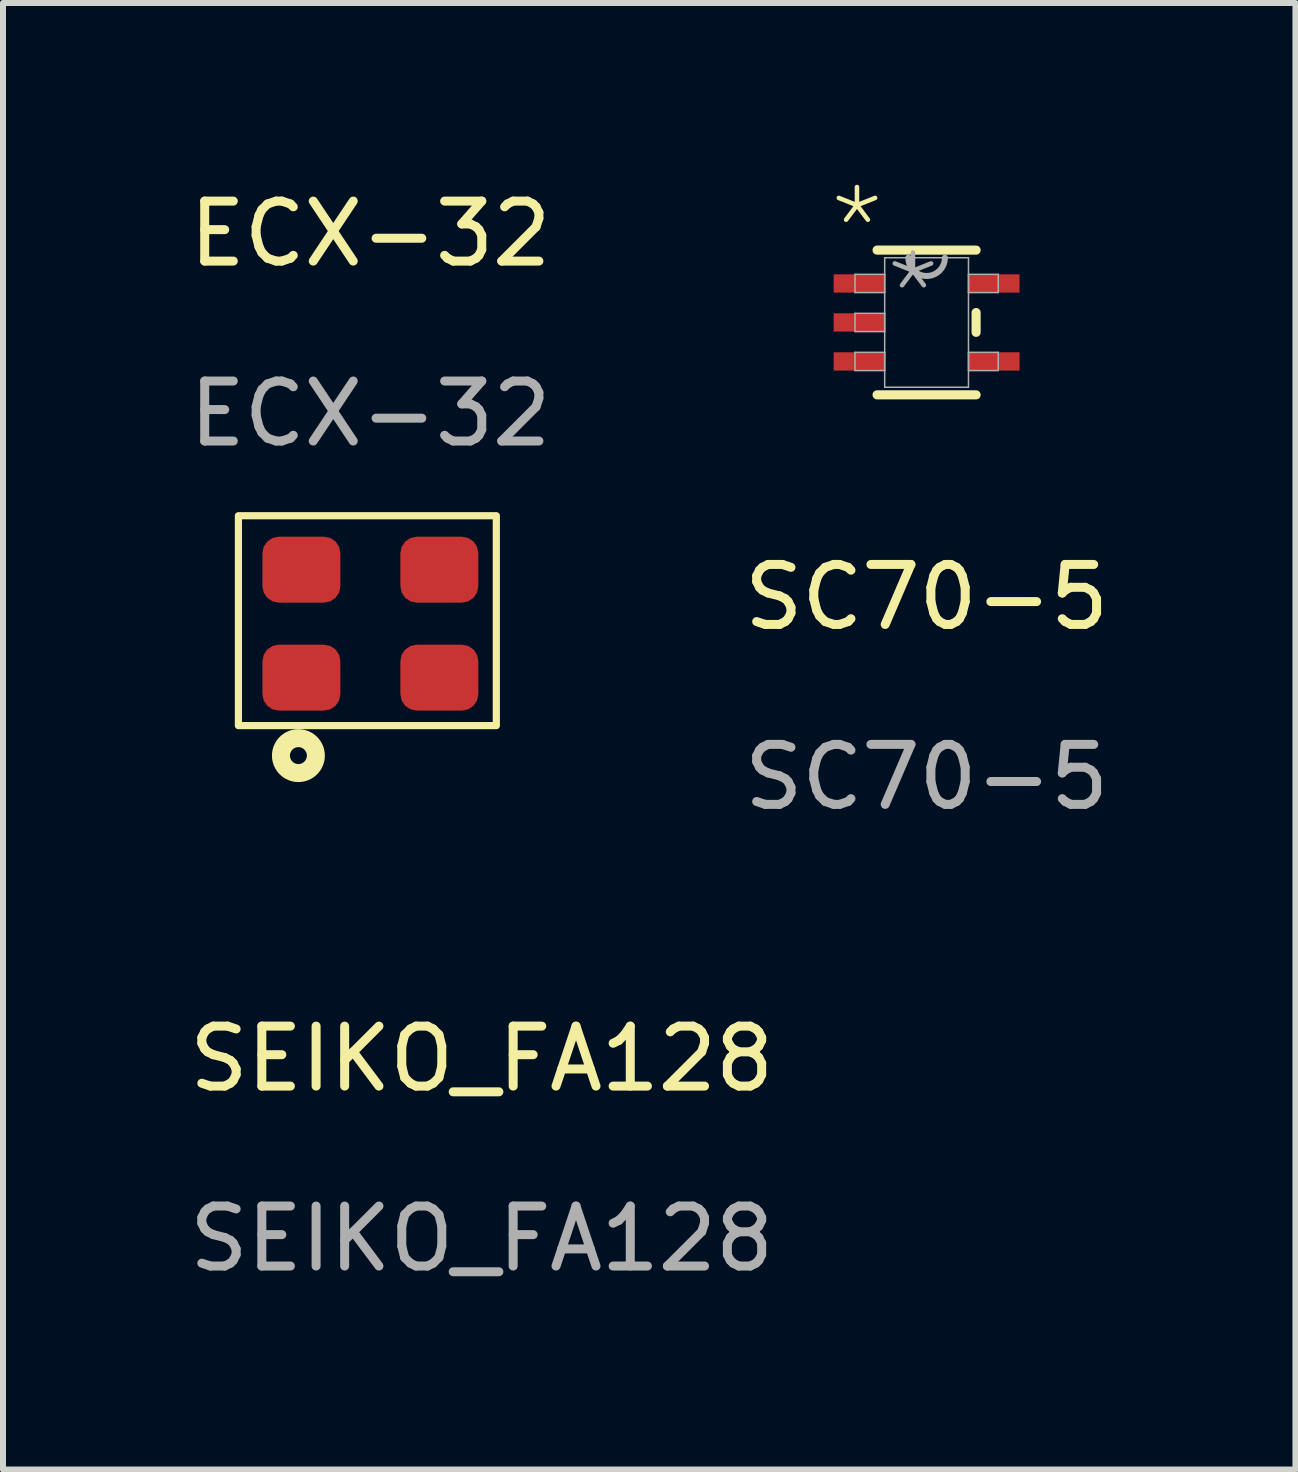
<source format=kicad_pcb>
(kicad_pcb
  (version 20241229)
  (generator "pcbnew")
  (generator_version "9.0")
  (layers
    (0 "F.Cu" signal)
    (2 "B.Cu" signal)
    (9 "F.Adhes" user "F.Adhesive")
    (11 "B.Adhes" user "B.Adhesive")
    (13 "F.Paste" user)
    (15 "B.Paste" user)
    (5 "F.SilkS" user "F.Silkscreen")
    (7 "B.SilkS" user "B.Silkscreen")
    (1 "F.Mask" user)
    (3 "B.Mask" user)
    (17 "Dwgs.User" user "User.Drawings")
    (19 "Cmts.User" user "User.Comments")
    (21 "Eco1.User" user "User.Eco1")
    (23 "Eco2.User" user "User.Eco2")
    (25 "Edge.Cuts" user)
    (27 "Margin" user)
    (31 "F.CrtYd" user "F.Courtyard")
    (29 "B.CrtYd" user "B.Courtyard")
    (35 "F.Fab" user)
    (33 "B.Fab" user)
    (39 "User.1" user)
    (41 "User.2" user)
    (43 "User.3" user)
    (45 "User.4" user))
  (footprint "ECX-32"
    (layer "F.Cu")
    (at 3.125 7.348)
    (property "Reference" "ECX-32" (at 0 -6.5 0) (unlocked yes) (layer "F.SilkS") (effects (font (size 1 1) (thickness 0.15))))
    (attr smd)
    (fp_rect (start -2.2 -1.8) (end 2.1 1.7) (stroke (width 0.12) (type solid)) (fill no) (layer "F.SilkS"))
    (fp_circle (center -1.2 2.2) (end -1.059 2.2) (stroke (width 0.3) (type solid)) (fill no) (layer "F.SilkS"))
    (fp_text user "${REFERENCE}" (at 0 -3.5 0) (unlocked yes) (layer "F.Fab") (effects (font (size 1 1) (thickness 0.15))))
    (pad "1" smd roundrect (at -1.15 0.9) (size 1.3 1.1) (layers "F.Cu" "F.Mask" "F.Paste") (roundrect_rratio 0.25))
    (pad "2" smd roundrect (at 1.15 0.9) (size 1.3 1.1) (layers "F.Cu" "F.Mask" "F.Paste") (roundrect_rratio 0.25))
    (pad "3" smd roundrect (at 1.15 -0.9) (size 1.3 1.1) (layers "F.Cu" "F.Mask" "F.Paste") (roundrect_rratio 0.25))
    (pad "4" smd roundrect (at -1.15 -0.9) (size 1.3 1.1) (layers "F.Cu" "F.Mask" "F.Paste") (roundrect_rratio 0.25)))
  (footprint "SC70-5"
    (layer "F.Cu")
    (at 12.399 7.406)
    (property "Reference" "SC70-5" (at 0 -0.5 0) (unlocked yes) (layer "F.SilkS") (effects (font (size 1 1) (thickness 0.15))))
    (attr smd)
    (fp_line (start 0.825 -6.286) (end -0.826 -6.286) (stroke (width 0.152) (type solid)) (layer "F.SilkS"))
    (fp_line (start 0.825 -4.915) (end 0.825 -5.245) (stroke (width 0.152) (type solid)) (layer "F.SilkS"))
    (fp_line (start 0.825 -3.873) (end -0.826 -3.873) (stroke (width 0.152) (type solid)) (layer "F.SilkS"))
    (fp_line (start -1.702 -4.049) (end -1.702 -6.111) (stroke (width 0.152) (type solid)) (layer "Eco1.User"))
    (fp_line (start -0.953 -6.111) (end -1.702 -6.111) (stroke (width 0.152) (type solid)) (layer "Eco1.User"))
    (fp_line (start -0.953 -6.111) (end -0.953 -6.413) (stroke (width 0.152) (type solid)) (layer "Eco1.User"))
    (fp_line (start -0.953 -4.049) (end -1.702 -4.049) (stroke (width 0.152) (type solid)) (layer "Eco1.User"))
    (fp_line (start -0.953 -3.746) (end -0.953 -4.049) (stroke (width 0.152) (type solid)) (layer "Eco1.User"))
    (fp_line (start 0.952 -6.413) (end -0.953 -6.413) (stroke (width 0.152) (type solid)) (layer "Eco1.User"))
    (fp_line (start 0.952 -6.111) (end 0.952 -6.413) (stroke (width 0.152) (type solid)) (layer "Eco1.User"))
    (fp_line (start 0.952 -3.746) (end -0.953 -3.746) (stroke (width 0.152) (type solid)) (layer "Eco1.User"))
    (fp_line (start 0.952 -3.746) (end 0.952 -4.049) (stroke (width 0.152) (type solid)) (layer "Eco1.User"))
    (fp_line (start 1.702 -6.111) (end 0.952 -6.111) (stroke (width 0.152) (type solid)) (layer "Eco1.User"))
    (fp_line (start 1.702 -4.049) (end 0.952 -4.049) (stroke (width 0.152) (type solid)) (layer "Eco1.User"))
    (fp_line (start 1.702 -4.049) (end 1.702 -6.111) (stroke (width 0.152) (type solid)) (layer "Eco1.User"))
    (fp_line (start -1.194 -5.578) (end -1.194 -5.882) (stroke (width 0.025) (type solid)) (layer "F.Fab"))
    (fp_line (start -1.194 -4.928) (end -1.194 -5.232) (stroke (width 0.025) (type solid)) (layer "F.Fab"))
    (fp_line (start -1.194 -4.278) (end -1.194 -4.582) (stroke (width 0.025) (type solid)) (layer "F.Fab"))
    (fp_line (start -0.699 -5.882) (end -1.194 -5.882) (stroke (width 0.025) (type solid)) (layer "F.Fab"))
    (fp_line (start -0.699 -5.578) (end -1.194 -5.578) (stroke (width 0.025) (type solid)) (layer "F.Fab"))
    (fp_line (start -0.699 -5.578) (end -0.699 -5.882) (stroke (width 0.025) (type solid)) (layer "F.Fab"))
    (fp_line (start -0.699 -5.232) (end -1.194 -5.232) (stroke (width 0.025) (type solid)) (layer "F.Fab"))
    (fp_line (start -0.699 -4.928) (end -1.194 -4.928) (stroke (width 0.025) (type solid)) (layer "F.Fab"))
    (fp_line (start -0.699 -4.928) (end -0.699 -5.232) (stroke (width 0.025) (type solid)) (layer "F.Fab"))
    (fp_line (start -0.699 -4.582) (end -1.194 -4.582) (stroke (width 0.025) (type solid)) (layer "F.Fab"))
    (fp_line (start -0.699 -4.278) (end -1.194 -4.278) (stroke (width 0.025) (type solid)) (layer "F.Fab"))
    (fp_line (start -0.699 -4.278) (end -0.699 -4.582) (stroke (width 0.025) (type solid)) (layer "F.Fab"))
    (fp_line (start -0.699 -4) (end -0.699 -6.159) (stroke (width 0.025) (type solid)) (layer "F.Fab"))
    (fp_line (start 0.698 -6.159) (end -0.699 -6.159) (stroke (width 0.025) (type solid)) (layer "F.Fab"))
    (fp_line (start 0.698 -5.578) (end 0.698 -5.882) (stroke (width 0.025) (type solid)) (layer "F.Fab"))
    (fp_line (start 0.698 -4.278) (end 0.698 -4.582) (stroke (width 0.025) (type solid)) (layer "F.Fab"))
    (fp_line (start 0.698 -4) (end -0.699 -4) (stroke (width 0.025) (type solid)) (layer "F.Fab"))
    (fp_line (start 0.698 -4) (end 0.698 -6.159) (stroke (width 0.025) (type solid)) (layer "F.Fab"))
    (fp_line (start 1.194 -5.882) (end 0.698 -5.882) (stroke (width 0.025) (type solid)) (layer "F.Fab"))
    (fp_line (start 1.194 -5.578) (end 0.698 -5.578) (stroke (width 0.025) (type solid)) (layer "F.Fab"))
    (fp_line (start 1.194 -5.578) (end 1.194 -5.882) (stroke (width 0.025) (type solid)) (layer "F.Fab"))
    (fp_line (start 1.194 -4.582) (end 0.698 -4.582) (stroke (width 0.025) (type solid)) (layer "F.Fab"))
    (fp_line (start 1.194 -4.278) (end 0.698 -4.278) (stroke (width 0.025) (type solid)) (layer "F.Fab"))
    (fp_line (start 1.194 -4.278) (end 1.194 -4.582) (stroke (width 0.025) (type solid)) (layer "F.Fab"))
    (fp_arc (start 0.3048 -6.159499) (mid 0 -5.854699) (end -0.3048 -6.159499) (stroke (width 0.1) (type solid)) (layer "F.Fab"))
    (fp_text user "*" (at -1.695 -5.908 0) (unlocked yes) (layer "F.SilkS") (effects (font (size 1.27 1.27) (thickness 0.076)) (justify left bottom)))
    (fp_text user "${REFERENCE}" (at 0 2.5 0) (unlocked yes) (layer "F.Fab") (effects (font (size 1 1) (thickness 0.15))))
    (fp_text user "*" (at -0.762 -4.816 0) (unlocked yes) (layer "F.Fab") (effects (font (size 1.27 1.27) (thickness 0.076)) (justify left bottom)))
    (pad "1" smd rect (at -1.124 -5.73 180) (size 0.851 0.305) (layers "F.Cu" "F.Mask" "F.Paste"))
    (pad "2" smd rect (at -1.124 -5.08 180) (size 0.851 0.305) (layers "F.Cu" "F.Mask" "F.Paste"))
    (pad "3" smd rect (at -1.124 -4.43 180) (size 0.851 0.305) (layers "F.Cu" "F.Mask" "F.Paste"))
    (pad "4" smd rect (at 1.124 -4.43 180) (size 0.851 0.305) (layers "F.Cu" "F.Mask" "F.Paste"))
    (pad "5" smd rect (at 1.124 -5.73 180) (size 0.851 0.305) (layers "F.Cu" "F.Mask" "F.Paste")))
  (footprint "SEIKO_FA128"
    (layer "F.Cu")
    (at 4.982 15.103)
    (property "Reference" "SEIKO_FA128" (at 0 -0.5 0) (unlocked yes) (layer "F.SilkS") (effects (font (size 1 1) (thickness 0.15))))
    (attr smd)
    (fp_text user "${REFERENCE}" (at 0 2.5 0) (unlocked yes) (layer "F.Fab") (effects (font (size 1 1) (thickness 0.15)))))
  (gr_rect
    (start -3 -3)
    (end 18.548 21.451)
    (stroke (width 0.1) (type default))
    (fill no)
    (layer "Edge.Cuts")))
</source>
